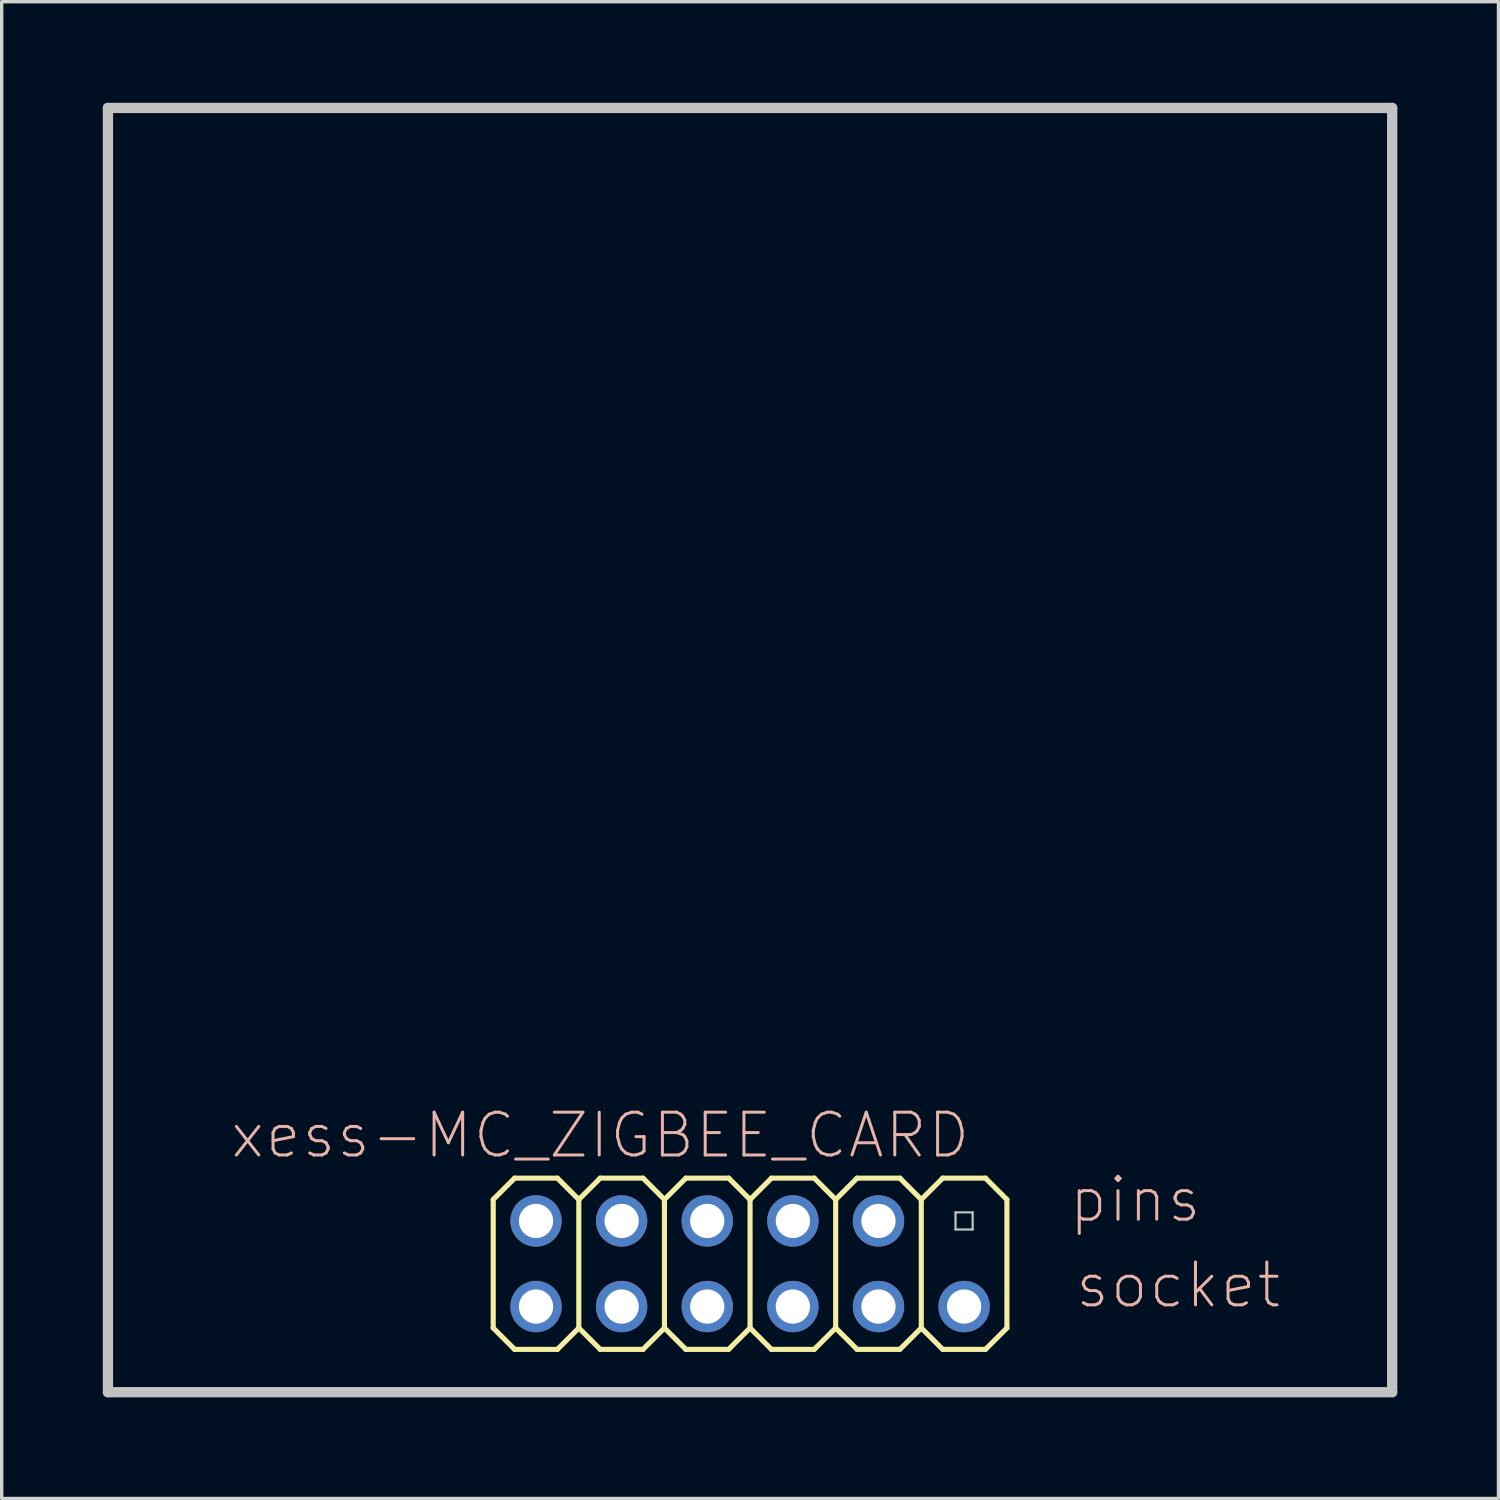
<source format=kicad_pcb>
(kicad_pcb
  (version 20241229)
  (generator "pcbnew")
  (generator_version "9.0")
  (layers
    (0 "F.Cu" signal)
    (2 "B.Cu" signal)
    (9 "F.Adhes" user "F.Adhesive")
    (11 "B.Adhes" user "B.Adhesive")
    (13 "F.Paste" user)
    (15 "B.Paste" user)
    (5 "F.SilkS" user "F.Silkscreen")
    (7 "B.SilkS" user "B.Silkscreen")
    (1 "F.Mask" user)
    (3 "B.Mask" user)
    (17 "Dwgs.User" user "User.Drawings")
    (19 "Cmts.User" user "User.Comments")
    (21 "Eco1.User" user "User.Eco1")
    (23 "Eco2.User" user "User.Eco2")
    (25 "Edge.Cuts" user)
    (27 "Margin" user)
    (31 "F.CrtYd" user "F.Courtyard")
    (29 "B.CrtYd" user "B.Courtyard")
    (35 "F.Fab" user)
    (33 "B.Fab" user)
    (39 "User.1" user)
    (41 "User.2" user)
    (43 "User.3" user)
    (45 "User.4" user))
  (footprint "xess-MC_ZIGBEE_CARD"
    (layer "F.Cu")
    (at 19.202 34.442)
    (property "Reference" "xess-MC_ZIGBEE_CARD" (at -4.445 -3.81 0) (layer "B.SilkS") (effects (font (size 1.27 1.27) (thickness 0.089))))
    (attr exclude_from_pos_files exclude_from_bom)
    (fp_line (start -7.62 1.905) (end -7.62 -1.905) (stroke (width 0.152) (type solid)) (layer "F.SilkS"))
    (fp_line (start -6.985 -2.54) (end -7.62 -1.905) (stroke (width 0.152) (type solid)) (layer "F.SilkS"))
    (fp_line (start -6.985 2.54) (end -7.62 1.905) (stroke (width 0.152) (type solid)) (layer "F.SilkS"))
    (fp_line (start -5.715 -2.54) (end -6.985 -2.54) (stroke (width 0.152) (type solid)) (layer "F.SilkS"))
    (fp_line (start -5.715 2.54) (end -6.985 2.54) (stroke (width 0.152) (type solid)) (layer "F.SilkS"))
    (fp_line (start -5.08 -1.905) (end -5.715 -2.54) (stroke (width 0.152) (type solid)) (layer "F.SilkS"))
    (fp_line (start -5.08 1.905) (end -5.715 2.54) (stroke (width 0.152) (type solid)) (layer "F.SilkS"))
    (fp_line (start -5.08 1.905) (end -5.08 -1.905) (stroke (width 0.152) (type solid)) (layer "F.SilkS"))
    (fp_line (start -4.445 -2.54) (end -5.08 -1.905) (stroke (width 0.152) (type solid)) (layer "F.SilkS"))
    (fp_line (start -4.445 2.54) (end -5.08 1.905) (stroke (width 0.152) (type solid)) (layer "F.SilkS"))
    (fp_line (start -3.175 -2.54) (end -4.445 -2.54) (stroke (width 0.152) (type solid)) (layer "F.SilkS"))
    (fp_line (start -3.175 2.54) (end -4.445 2.54) (stroke (width 0.152) (type solid)) (layer "F.SilkS"))
    (fp_line (start -2.54 -1.905) (end -3.175 -2.54) (stroke (width 0.152) (type solid)) (layer "F.SilkS"))
    (fp_line (start -2.54 1.905) (end -3.175 2.54) (stroke (width 0.152) (type solid)) (layer "F.SilkS"))
    (fp_line (start -2.54 1.905) (end -2.54 -1.905) (stroke (width 0.152) (type solid)) (layer "F.SilkS"))
    (fp_line (start -1.905 -2.54) (end -2.54 -1.905) (stroke (width 0.152) (type solid)) (layer "F.SilkS"))
    (fp_line (start -1.905 2.54) (end -2.54 1.905) (stroke (width 0.152) (type solid)) (layer "F.SilkS"))
    (fp_line (start -0.635 -2.54) (end -1.905 -2.54) (stroke (width 0.152) (type solid)) (layer "F.SilkS"))
    (fp_line (start -0.635 2.54) (end -1.905 2.54) (stroke (width 0.152) (type solid)) (layer "F.SilkS"))
    (fp_line (start 0 -1.905) (end -0.635 -2.54) (stroke (width 0.152) (type solid)) (layer "F.SilkS"))
    (fp_line (start 0 1.905) (end -0.635 2.54) (stroke (width 0.152) (type solid)) (layer "F.SilkS"))
    (fp_line (start 0 1.905) (end 0 -1.905) (stroke (width 0.152) (type solid)) (layer "F.SilkS"))
    (fp_line (start 0.635 -2.54) (end 0 -1.905) (stroke (width 0.152) (type solid)) (layer "F.SilkS"))
    (fp_line (start 0.635 2.54) (end 0 1.905) (stroke (width 0.152) (type solid)) (layer "F.SilkS"))
    (fp_line (start 1.905 -2.54) (end 0.635 -2.54) (stroke (width 0.152) (type solid)) (layer "F.SilkS"))
    (fp_line (start 1.905 2.54) (end 0.635 2.54) (stroke (width 0.152) (type solid)) (layer "F.SilkS"))
    (fp_line (start 2.54 -1.905) (end 1.905 -2.54) (stroke (width 0.152) (type solid)) (layer "F.SilkS"))
    (fp_line (start 2.54 1.905) (end 1.905 2.54) (stroke (width 0.152) (type solid)) (layer "F.SilkS"))
    (fp_line (start 2.54 1.905) (end 2.54 -1.905) (stroke (width 0.152) (type solid)) (layer "F.SilkS"))
    (fp_line (start 3.175 -2.54) (end 2.54 -1.905) (stroke (width 0.152) (type solid)) (layer "F.SilkS"))
    (fp_line (start 3.175 2.54) (end 2.54 1.905) (stroke (width 0.152) (type solid)) (layer "F.SilkS"))
    (fp_line (start 4.445 -2.54) (end 3.175 -2.54) (stroke (width 0.152) (type solid)) (layer "F.SilkS"))
    (fp_line (start 4.445 2.54) (end 3.175 2.54) (stroke (width 0.152) (type solid)) (layer "F.SilkS"))
    (fp_line (start 5.08 -1.905) (end 4.445 -2.54) (stroke (width 0.152) (type solid)) (layer "F.SilkS"))
    (fp_line (start 5.08 1.905) (end 4.445 2.54) (stroke (width 0.152) (type solid)) (layer "F.SilkS"))
    (fp_line (start 5.08 1.905) (end 5.08 -1.905) (stroke (width 0.152) (type solid)) (layer "F.SilkS"))
    (fp_line (start 5.715 -2.54) (end 5.08 -1.905) (stroke (width 0.152) (type solid)) (layer "F.SilkS"))
    (fp_line (start 5.715 2.54) (end 5.08 1.905) (stroke (width 0.152) (type solid)) (layer "F.SilkS"))
    (fp_line (start 6.985 -2.54) (end 5.715 -2.54) (stroke (width 0.152) (type solid)) (layer "F.SilkS"))
    (fp_line (start 6.985 2.54) (end 5.715 2.54) (stroke (width 0.152) (type solid)) (layer "F.SilkS"))
    (fp_line (start 7.62 -1.905) (end 6.985 -2.54) (stroke (width 0.152) (type solid)) (layer "F.SilkS"))
    (fp_line (start 7.62 -1.905) (end 7.62 1.905) (stroke (width 0.152) (type solid)) (layer "F.SilkS"))
    (fp_line (start 7.62 1.905) (end 6.985 2.54) (stroke (width 0.152) (type solid)) (layer "F.SilkS"))
    (fp_line (start -19.05 -34.29) (end -19.05 3.81) (stroke (width 0.305) (type solid)) (layer "Dwgs.User"))
    (fp_line (start -19.05 3.81) (end 19.05 3.81) (stroke (width 0.305) (type solid)) (layer "Dwgs.User"))
    (fp_line (start -6.604 -1.524) (end -6.096 -1.524) (stroke (width 0.066) (type solid)) (layer "Dwgs.User"))
    (fp_line (start -6.604 -1.016) (end -6.604 -1.524) (stroke (width 0.066) (type solid)) (layer "Dwgs.User"))
    (fp_line (start -6.604 -1.016) (end -6.096 -1.016) (stroke (width 0.066) (type solid)) (layer "Dwgs.User"))
    (fp_line (start -6.604 1.016) (end -6.096 1.016) (stroke (width 0.066) (type solid)) (layer "Dwgs.User"))
    (fp_line (start -6.604 1.524) (end -6.604 1.016) (stroke (width 0.066) (type solid)) (layer "Dwgs.User"))
    (fp_line (start -6.604 1.524) (end -6.096 1.524) (stroke (width 0.066) (type solid)) (layer "Dwgs.User"))
    (fp_line (start -6.096 -1.016) (end -6.096 -1.524) (stroke (width 0.066) (type solid)) (layer "Dwgs.User"))
    (fp_line (start -6.096 1.524) (end -6.096 1.016) (stroke (width 0.066) (type solid)) (layer "Dwgs.User"))
    (fp_line (start -4.064 -1.524) (end -3.556 -1.524) (stroke (width 0.066) (type solid)) (layer "Dwgs.User"))
    (fp_line (start -4.064 -1.016) (end -4.064 -1.524) (stroke (width 0.066) (type solid)) (layer "Dwgs.User"))
    (fp_line (start -4.064 -1.016) (end -3.556 -1.016) (stroke (width 0.066) (type solid)) (layer "Dwgs.User"))
    (fp_line (start -4.064 1.016) (end -3.556 1.016) (stroke (width 0.066) (type solid)) (layer "Dwgs.User"))
    (fp_line (start -4.064 1.524) (end -4.064 1.016) (stroke (width 0.066) (type solid)) (layer "Dwgs.User"))
    (fp_line (start -4.064 1.524) (end -3.556 1.524) (stroke (width 0.066) (type solid)) (layer "Dwgs.User"))
    (fp_line (start -3.556 -1.016) (end -3.556 -1.524) (stroke (width 0.066) (type solid)) (layer "Dwgs.User"))
    (fp_line (start -3.556 1.524) (end -3.556 1.016) (stroke (width 0.066) (type solid)) (layer "Dwgs.User"))
    (fp_line (start -1.524 -1.524) (end -1.016 -1.524) (stroke (width 0.066) (type solid)) (layer "Dwgs.User"))
    (fp_line (start -1.524 -1.016) (end -1.524 -1.524) (stroke (width 0.066) (type solid)) (layer "Dwgs.User"))
    (fp_line (start -1.524 -1.016) (end -1.016 -1.016) (stroke (width 0.066) (type solid)) (layer "Dwgs.User"))
    (fp_line (start -1.524 1.016) (end -1.016 1.016) (stroke (width 0.066) (type solid)) (layer "Dwgs.User"))
    (fp_line (start -1.524 1.524) (end -1.524 1.016) (stroke (width 0.066) (type solid)) (layer "Dwgs.User"))
    (fp_line (start -1.524 1.524) (end -1.016 1.524) (stroke (width 0.066) (type solid)) (layer "Dwgs.User"))
    (fp_line (start -1.016 -1.016) (end -1.016 -1.524) (stroke (width 0.066) (type solid)) (layer "Dwgs.User"))
    (fp_line (start -1.016 1.524) (end -1.016 1.016) (stroke (width 0.066) (type solid)) (layer "Dwgs.User"))
    (fp_line (start 1.016 -1.524) (end 1.524 -1.524) (stroke (width 0.066) (type solid)) (layer "Dwgs.User"))
    (fp_line (start 1.016 -1.016) (end 1.016 -1.524) (stroke (width 0.066) (type solid)) (layer "Dwgs.User"))
    (fp_line (start 1.016 -1.016) (end 1.524 -1.016) (stroke (width 0.066) (type solid)) (layer "Dwgs.User"))
    (fp_line (start 1.016 1.016) (end 1.524 1.016) (stroke (width 0.066) (type solid)) (layer "Dwgs.User"))
    (fp_line (start 1.016 1.524) (end 1.016 1.016) (stroke (width 0.066) (type solid)) (layer "Dwgs.User"))
    (fp_line (start 1.016 1.524) (end 1.524 1.524) (stroke (width 0.066) (type solid)) (layer "Dwgs.User"))
    (fp_line (start 1.524 -1.016) (end 1.524 -1.524) (stroke (width 0.066) (type solid)) (layer "Dwgs.User"))
    (fp_line (start 1.524 1.524) (end 1.524 1.016) (stroke (width 0.066) (type solid)) (layer "Dwgs.User"))
    (fp_line (start 3.556 -1.524) (end 4.064 -1.524) (stroke (width 0.066) (type solid)) (layer "Dwgs.User"))
    (fp_line (start 3.556 -1.016) (end 3.556 -1.524) (stroke (width 0.066) (type solid)) (layer "Dwgs.User"))
    (fp_line (start 3.556 -1.016) (end 4.064 -1.016) (stroke (width 0.066) (type solid)) (layer "Dwgs.User"))
    (fp_line (start 3.556 1.016) (end 4.064 1.016) (stroke (width 0.066) (type solid)) (layer "Dwgs.User"))
    (fp_line (start 3.556 1.524) (end 3.556 1.016) (stroke (width 0.066) (type solid)) (layer "Dwgs.User"))
    (fp_line (start 3.556 1.524) (end 4.064 1.524) (stroke (width 0.066) (type solid)) (layer "Dwgs.User"))
    (fp_line (start 4.064 -1.016) (end 4.064 -1.524) (stroke (width 0.066) (type solid)) (layer "Dwgs.User"))
    (fp_line (start 4.064 1.524) (end 4.064 1.016) (stroke (width 0.066) (type solid)) (layer "Dwgs.User"))
    (fp_line (start 6.096 -1.524) (end 6.604 -1.524) (stroke (width 0.066) (type solid)) (layer "Dwgs.User"))
    (fp_line (start 6.096 -1.016) (end 6.096 -1.524) (stroke (width 0.066) (type solid)) (layer "Dwgs.User"))
    (fp_line (start 6.096 -1.016) (end 6.604 -1.016) (stroke (width 0.066) (type solid)) (layer "Dwgs.User"))
    (fp_line (start 6.096 1.016) (end 6.604 1.016) (stroke (width 0.066) (type solid)) (layer "Dwgs.User"))
    (fp_line (start 6.096 1.524) (end 6.096 1.016) (stroke (width 0.066) (type solid)) (layer "Dwgs.User"))
    (fp_line (start 6.096 1.524) (end 6.604 1.524) (stroke (width 0.066) (type solid)) (layer "Dwgs.User"))
    (fp_line (start 6.604 -1.016) (end 6.604 -1.524) (stroke (width 0.066) (type solid)) (layer "Dwgs.User"))
    (fp_line (start 6.604 1.524) (end 6.604 1.016) (stroke (width 0.066) (type solid)) (layer "Dwgs.User"))
    (fp_line (start 19.05 -34.29) (end -19.05 -34.29) (stroke (width 0.305) (type solid)) (layer "Dwgs.User"))
    (fp_line (start 19.05 3.81) (end 19.05 -34.29) (stroke (width 0.305) (type solid)) (layer "Dwgs.User"))
    (fp_text user "socket" (at 12.7 0.635 0) (layer "B.SilkS") (effects (font (size 1.27 1.27) (thickness 0.089))))
    (fp_text user "pins" (at 11.43 -1.905 0) (layer "B.SilkS") (effects (font (size 1.27 1.27) (thickness 0.089))))
    (pad "1" thru_hole rect (at 6.35 -1.27) (size 0.001 0.001) (drill 1.016) (layers "*.Cu" "*.Mask"))
    (pad "2" thru_hole circle (at 6.35 1.27) (size 1.524 1.524) (drill 1.016) (layers "*.Cu" "*.Mask"))
    (pad "3" thru_hole circle (at 3.81 -1.27) (size 1.524 1.524) (drill 1.016) (layers "*.Cu" "*.Mask"))
    (pad "4" thru_hole circle (at 3.81 1.27) (size 1.524 1.524) (drill 1.016) (layers "*.Cu" "*.Mask"))
    (pad "5" thru_hole circle (at 1.27 -1.27) (size 1.524 1.524) (drill 1.016) (layers "*.Cu" "*.Mask"))
    (pad "6" thru_hole circle (at 1.27 1.27) (size 1.524 1.524) (drill 1.016) (layers "*.Cu" "*.Mask"))
    (pad "7" thru_hole circle (at -1.27 -1.27) (size 1.524 1.524) (drill 1.016) (layers "*.Cu" "*.Mask"))
    (pad "8" thru_hole circle (at -1.27 1.27) (size 1.524 1.524) (drill 1.016) (layers "*.Cu" "*.Mask"))
    (pad "9" thru_hole circle (at -3.81 -1.27) (size 1.524 1.524) (drill 1.016) (layers "*.Cu" "*.Mask"))
    (pad "10" thru_hole circle (at -3.81 1.27) (size 1.524 1.524) (drill 1.016) (layers "*.Cu" "*.Mask"))
    (pad "11" thru_hole circle (at -6.35 -1.27) (size 1.524 1.524) (drill 1.016) (layers "*.Cu" "*.Mask"))
    (pad "12" thru_hole circle (at -6.35 1.27) (size 1.524 1.524) (drill 1.016) (layers "*.Cu" "*.Mask")))
  (gr_rect
    (start -3 -3)
    (end 41.405 41.405)
    (stroke (width 0.1) (type default))
    (fill no)
    (layer "Edge.Cuts")))
</source>
